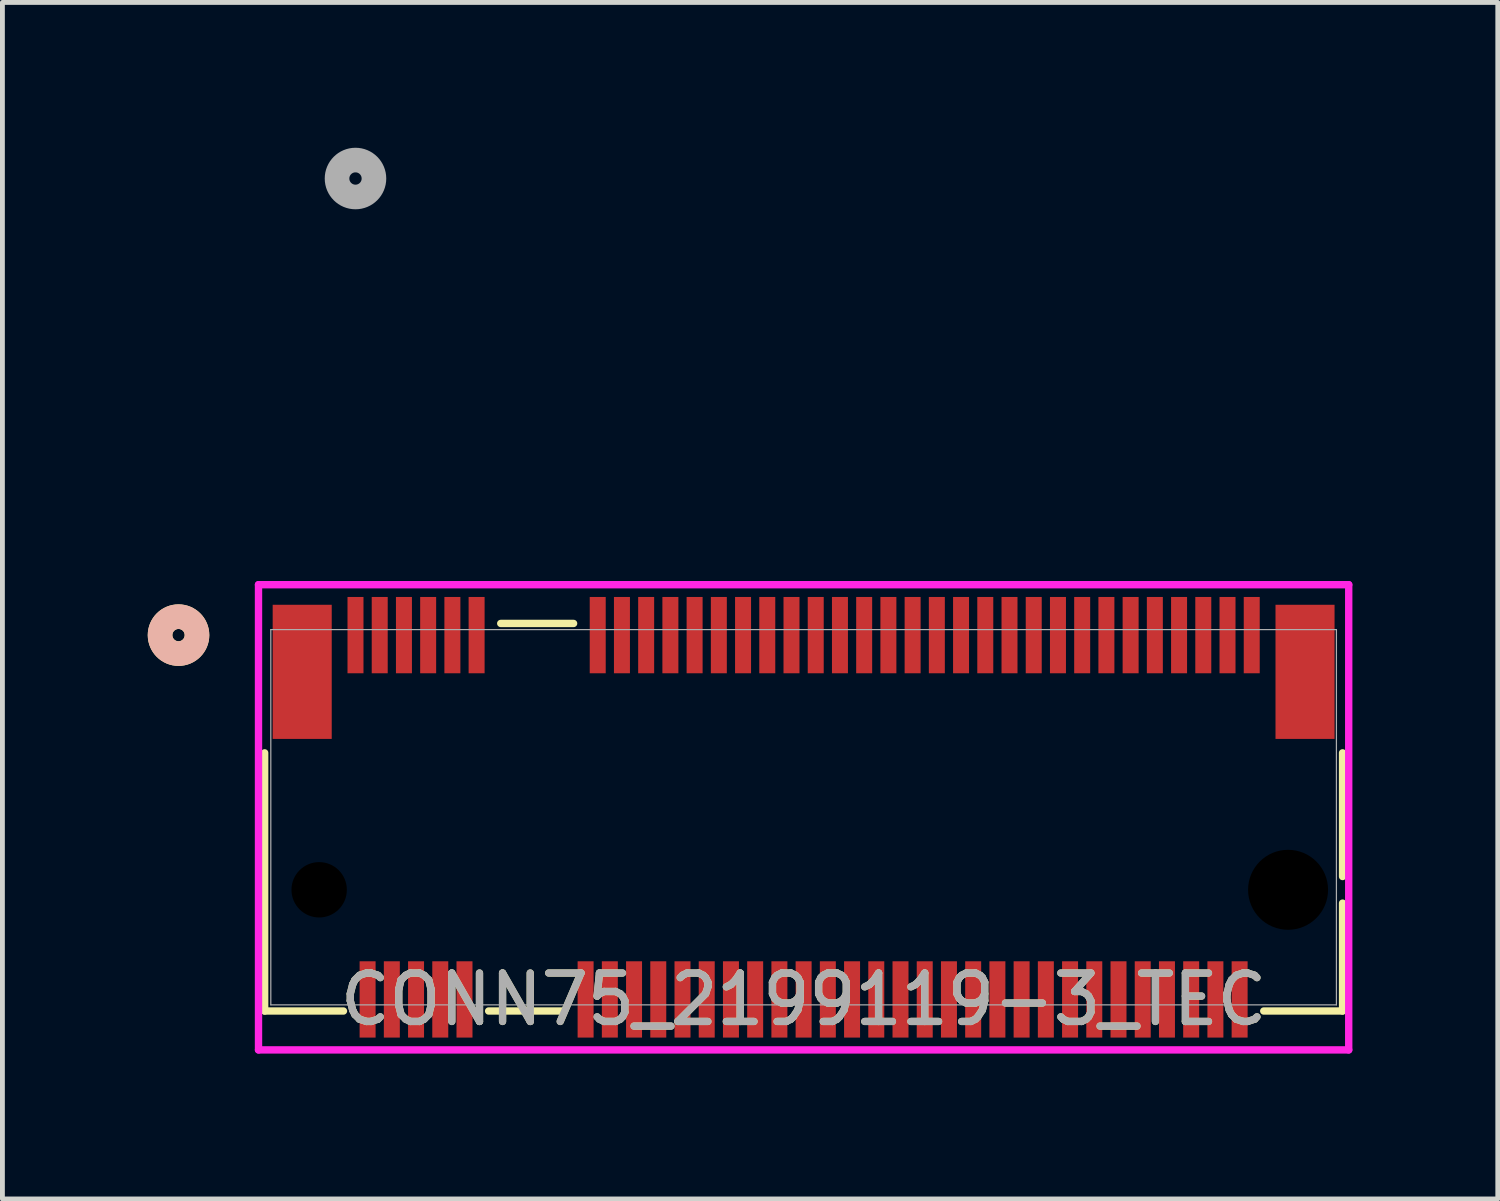
<source format=kicad_pcb>
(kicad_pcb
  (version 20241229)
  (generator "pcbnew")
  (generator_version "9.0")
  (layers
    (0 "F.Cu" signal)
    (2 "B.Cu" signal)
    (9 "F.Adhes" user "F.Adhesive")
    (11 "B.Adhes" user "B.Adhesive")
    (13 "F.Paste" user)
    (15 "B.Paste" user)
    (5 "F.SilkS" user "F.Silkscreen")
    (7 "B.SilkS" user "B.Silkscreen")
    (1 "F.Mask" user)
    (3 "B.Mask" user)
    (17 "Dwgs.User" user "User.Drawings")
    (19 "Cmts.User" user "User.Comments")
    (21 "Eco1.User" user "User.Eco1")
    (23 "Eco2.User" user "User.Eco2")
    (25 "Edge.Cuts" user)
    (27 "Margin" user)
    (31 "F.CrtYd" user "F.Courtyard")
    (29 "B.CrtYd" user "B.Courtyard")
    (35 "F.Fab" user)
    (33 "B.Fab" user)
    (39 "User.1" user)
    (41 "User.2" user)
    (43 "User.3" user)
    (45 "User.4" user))
  (footprint "CONN75_2199119-3_TEC"
    (layer "F.Cu")
    (at 13.538 13.819)
    (property "Reference" "CONN75_2199119-3_TEC" (at 0 3.761 0) (unlocked yes) (layer "F.SilkS") (effects (font (size 1 1) (thickness 0.15))))
    (attr smd)
    (fp_line (start -11.125 -1.329) (end -11.125 4) (stroke (width 0.152) (type solid)) (layer "F.SilkS"))
    (fp_line (start -11.125 4) (end -9.498 4) (stroke (width 0.152) (type solid)) (layer "F.SilkS"))
    (fp_line (start -6.502 4) (end -4.998 4) (stroke (width 0.152) (type solid)) (layer "F.SilkS"))
    (fp_line (start -4.748 -4) (end -6.252 -4) (stroke (width 0.152) (type solid)) (layer "F.SilkS"))
    (fp_line (start 9.498 4) (end 11.125 4) (stroke (width 0.152) (type solid)) (layer "F.SilkS"))
    (fp_line (start 11.125 1.224) (end 11.125 -1.329) (stroke (width 0.152) (type solid)) (layer "F.SilkS"))
    (fp_line (start 11.125 4) (end 11.125 1.773) (stroke (width 0.152) (type solid)) (layer "F.SilkS"))
    (fp_circle (center -12.903 -3.759) (end -12.522 -3.759) (stroke (width 0.508) (type solid)) (fill no) (layer "F.SilkS"))
    (fp_circle (center -12.903 -3.759) (end -12.522 -3.759) (stroke (width 0.508) (type solid)) (fill no) (layer "B.SilkS"))
    (fp_line (start -11.252 -4.8) (end -11.252 4.803) (stroke (width 0.152) (type solid)) (layer "F.CrtYd"))
    (fp_line (start -11.252 4.803) (end 11.252 4.803) (stroke (width 0.152) (type solid)) (layer "F.CrtYd"))
    (fp_line (start 11.252 -4.8) (end -11.252 -4.8) (stroke (width 0.152) (type solid)) (layer "F.CrtYd"))
    (fp_line (start 11.252 4.803) (end 11.252 -4.8) (stroke (width 0.152) (type solid)) (layer "F.CrtYd"))
    (fp_line (start -10.998 -3.873) (end -10.998 3.873) (stroke (width 0.025) (type solid)) (layer "F.Fab"))
    (fp_line (start -10.998 3.873) (end 10.998 3.873) (stroke (width 0.025) (type solid)) (layer "F.Fab"))
    (fp_line (start 10.998 -3.873) (end -10.998 -3.873) (stroke (width 0.025) (type solid)) (layer "F.Fab"))
    (fp_line (start 10.998 3.873) (end 10.998 -3.873) (stroke (width 0.025) (type solid)) (layer "F.Fab"))
    (fp_circle (center -9.25 -13.184) (end -8.869 -13.184) (stroke (width 0.508) (type solid)) (fill no) (layer "F.Fab"))
    (fp_text user "${REFERENCE}" (at 0 3.761 0) (unlocked yes) (layer "F.Fab") (effects (font (size 1 1) (thickness 0.15))))
    (pad "" np_thru_hole circle (at -10 1.498) (size 1.143 1.143) (drill 1.143) (layers))
    (pad "" np_thru_hole circle (at 10 1.498) (size 1.651 1.651) (drill 1.651) (layers))
    (pad "1" smd rect (at -9.25 -3.759) (size 0.33 1.575) (layers "F.Cu" "F.Mask" "F.Paste"))
    (pad "2" smd rect (at -9 3.761) (size 0.33 1.575) (layers "F.Cu" "F.Mask" "F.Paste"))
    (pad "3" smd rect (at -8.75 -3.759) (size 0.33 1.575) (layers "F.Cu" "F.Mask" "F.Paste"))
    (pad "4" smd rect (at -8.5 3.761) (size 0.33 1.575) (layers "F.Cu" "F.Mask" "F.Paste"))
    (pad "5" smd rect (at -8.25 -3.759) (size 0.33 1.575) (layers "F.Cu" "F.Mask" "F.Paste"))
    (pad "6" smd rect (at -8 3.761) (size 0.33 1.575) (layers "F.Cu" "F.Mask" "F.Paste"))
    (pad "7" smd rect (at -7.75 -3.759) (size 0.33 1.575) (layers "F.Cu" "F.Mask" "F.Paste"))
    (pad "8" smd rect (at -7.5 3.761) (size 0.33 1.575) (layers "F.Cu" "F.Mask" "F.Paste"))
    (pad "9" smd rect (at -7.25 -3.759) (size 0.33 1.575) (layers "F.Cu" "F.Mask" "F.Paste"))
    (pad "10" smd rect (at -7 3.761) (size 0.33 1.575) (layers "F.Cu" "F.Mask" "F.Paste"))
    (pad "11" smd rect (at -6.75 -3.759) (size 0.33 1.575) (layers "F.Cu" "F.Mask" "F.Paste"))
    (pad "20" smd rect (at -4.5 3.761) (size 0.33 1.575) (layers "F.Cu" "F.Mask" "F.Paste"))
    (pad "21" smd rect (at -4.25 -3.759) (size 0.33 1.575) (layers "F.Cu" "F.Mask" "F.Paste"))
    (pad "22" smd rect (at -4 3.761) (size 0.33 1.575) (layers "F.Cu" "F.Mask" "F.Paste"))
    (pad "23" smd rect (at -3.75 -3.759) (size 0.33 1.575) (layers "F.Cu" "F.Mask" "F.Paste"))
    (pad "24" smd rect (at -3.5 3.761) (size 0.33 1.575) (layers "F.Cu" "F.Mask" "F.Paste"))
    (pad "25" smd rect (at -3.25 -3.759) (size 0.33 1.575) (layers "F.Cu" "F.Mask" "F.Paste"))
    (pad "26" smd rect (at -3 3.761) (size 0.33 1.575) (layers "F.Cu" "F.Mask" "F.Paste"))
    (pad "27" smd rect (at -2.75 -3.759) (size 0.33 1.575) (layers "F.Cu" "F.Mask" "F.Paste"))
    (pad "28" smd rect (at -2.5 3.761) (size 0.33 1.575) (layers "F.Cu" "F.Mask" "F.Paste"))
    (pad "29" smd rect (at -2.25 -3.759) (size 0.33 1.575) (layers "F.Cu" "F.Mask" "F.Paste"))
    (pad "30" smd rect (at -2 3.761) (size 0.33 1.575) (layers "F.Cu" "F.Mask" "F.Paste"))
    (pad "31" smd rect (at -1.75 -3.759) (size 0.33 1.575) (layers "F.Cu" "F.Mask" "F.Paste"))
    (pad "32" smd rect (at -1.5 3.761) (size 0.33 1.575) (layers "F.Cu" "F.Mask" "F.Paste"))
    (pad "33" smd rect (at -1.25 -3.759) (size 0.33 1.575) (layers "F.Cu" "F.Mask" "F.Paste"))
    (pad "34" smd rect (at -1 3.761) (size 0.33 1.575) (layers "F.Cu" "F.Mask" "F.Paste"))
    (pad "35" smd rect (at -0.75 -3.759) (size 0.33 1.575) (layers "F.Cu" "F.Mask" "F.Paste"))
    (pad "36" smd rect (at -0.5 3.761) (size 0.33 1.575) (layers "F.Cu" "F.Mask" "F.Paste"))
    (pad "37" smd rect (at -0.25 -3.759) (size 0.33 1.575) (layers "F.Cu" "F.Mask" "F.Paste"))
    (pad "38" smd rect (at 0 3.761) (size 0.33 1.575) (layers "F.Cu" "F.Mask" "F.Paste"))
    (pad "39" smd rect (at 0.25 -3.759) (size 0.33 1.575) (layers "F.Cu" "F.Mask" "F.Paste"))
    (pad "40" smd rect (at 0.5 3.761) (size 0.33 1.575) (layers "F.Cu" "F.Mask" "F.Paste"))
    (pad "41" smd rect (at 0.75 -3.759) (size 0.33 1.575) (layers "F.Cu" "F.Mask" "F.Paste"))
    (pad "42" smd rect (at 1 3.761) (size 0.33 1.575) (layers "F.Cu" "F.Mask" "F.Paste"))
    (pad "43" smd rect (at 1.25 -3.759) (size 0.33 1.575) (layers "F.Cu" "F.Mask" "F.Paste"))
    (pad "44" smd rect (at 1.5 3.761) (size 0.33 1.575) (layers "F.Cu" "F.Mask" "F.Paste"))
    (pad "45" smd rect (at 1.75 -3.759) (size 0.33 1.575) (layers "F.Cu" "F.Mask" "F.Paste"))
    (pad "46" smd rect (at 2 3.761) (size 0.33 1.575) (layers "F.Cu" "F.Mask" "F.Paste"))
    (pad "47" smd rect (at 2.25 -3.759) (size 0.33 1.575) (layers "F.Cu" "F.Mask" "F.Paste"))
    (pad "48" smd rect (at 2.5 3.761) (size 0.33 1.575) (layers "F.Cu" "F.Mask" "F.Paste"))
    (pad "49" smd rect (at 2.75 -3.759) (size 0.33 1.575) (layers "F.Cu" "F.Mask" "F.Paste"))
    (pad "50" smd rect (at 3 3.761) (size 0.33 1.575) (layers "F.Cu" "F.Mask" "F.Paste"))
    (pad "51" smd rect (at 3.25 -3.759) (size 0.33 1.575) (layers "F.Cu" "F.Mask" "F.Paste"))
    (pad "52" smd rect (at 3.5 3.761) (size 0.33 1.575) (layers "F.Cu" "F.Mask" "F.Paste"))
    (pad "53" smd rect (at 3.75 -3.759) (size 0.33 1.575) (layers "F.Cu" "F.Mask" "F.Paste"))
    (pad "54" smd rect (at 4 3.761) (size 0.33 1.575) (layers "F.Cu" "F.Mask" "F.Paste"))
    (pad "55" smd rect (at 4.25 -3.759) (size 0.33 1.575) (layers "F.Cu" "F.Mask" "F.Paste"))
    (pad "56" smd rect (at 4.5 3.761) (size 0.33 1.575) (layers "F.Cu" "F.Mask" "F.Paste"))
    (pad "57" smd rect (at 4.75 -3.759) (size 0.33 1.575) (layers "F.Cu" "F.Mask" "F.Paste"))
    (pad "58" smd rect (at 5 3.761) (size 0.33 1.575) (layers "F.Cu" "F.Mask" "F.Paste"))
    (pad "59" smd rect (at 5.25 -3.759) (size 0.33 1.575) (layers "F.Cu" "F.Mask" "F.Paste"))
    (pad "60" smd rect (at 5.5 3.761) (size 0.33 1.575) (layers "F.Cu" "F.Mask" "F.Paste"))
    (pad "61" smd rect (at 5.75 -3.759) (size 0.33 1.575) (layers "F.Cu" "F.Mask" "F.Paste"))
    (pad "62" smd rect (at 6 3.761) (size 0.33 1.575) (layers "F.Cu" "F.Mask" "F.Paste"))
    (pad "63" smd rect (at 6.25 -3.759) (size 0.33 1.575) (layers "F.Cu" "F.Mask" "F.Paste"))
    (pad "64" smd rect (at 6.5 3.761) (size 0.33 1.575) (layers "F.Cu" "F.Mask" "F.Paste"))
    (pad "65" smd rect (at 6.75 -3.759) (size 0.33 1.575) (layers "F.Cu" "F.Mask" "F.Paste"))
    (pad "66" smd rect (at 7 3.761) (size 0.33 1.575) (layers "F.Cu" "F.Mask" "F.Paste"))
    (pad "67" smd rect (at 7.25 -3.759) (size 0.33 1.575) (layers "F.Cu" "F.Mask" "F.Paste"))
    (pad "68" smd rect (at 7.5 3.761) (size 0.33 1.575) (layers "F.Cu" "F.Mask" "F.Paste"))
    (pad "69" smd rect (at 7.75 -3.759) (size 0.33 1.575) (layers "F.Cu" "F.Mask" "F.Paste"))
    (pad "70" smd rect (at 8 3.761) (size 0.33 1.575) (layers "F.Cu" "F.Mask" "F.Paste"))
    (pad "71" smd rect (at 8.25 -3.759) (size 0.33 1.575) (layers "F.Cu" "F.Mask" "F.Paste"))
    (pad "72" smd rect (at 8.5 3.761) (size 0.33 1.575) (layers "F.Cu" "F.Mask" "F.Paste"))
    (pad "73" smd rect (at 8.75 -3.759) (size 0.33 1.575) (layers "F.Cu" "F.Mask" "F.Paste"))
    (pad "74" smd rect (at 9 3.761) (size 0.33 1.575) (layers "F.Cu" "F.Mask" "F.Paste"))
    (pad "75" smd rect (at 9.25 -3.759) (size 0.33 1.575) (layers "F.Cu" "F.Mask" "F.Paste"))
    (pad "76" smd rect (at -10.35 -3.001) (size 1.219 2.769) (layers "F.Cu" "F.Mask" "F.Paste"))
    (pad "77" smd rect (at 10.35 -3.001) (size 1.219 2.769) (layers "F.Cu" "F.Mask" "F.Paste")))
  (gr_rect
    (start -3 -3)
    (end 27.867 21.698)
    (stroke (width 0.1) (type default))
    (fill no)
    (layer "Edge.Cuts")))
</source>
